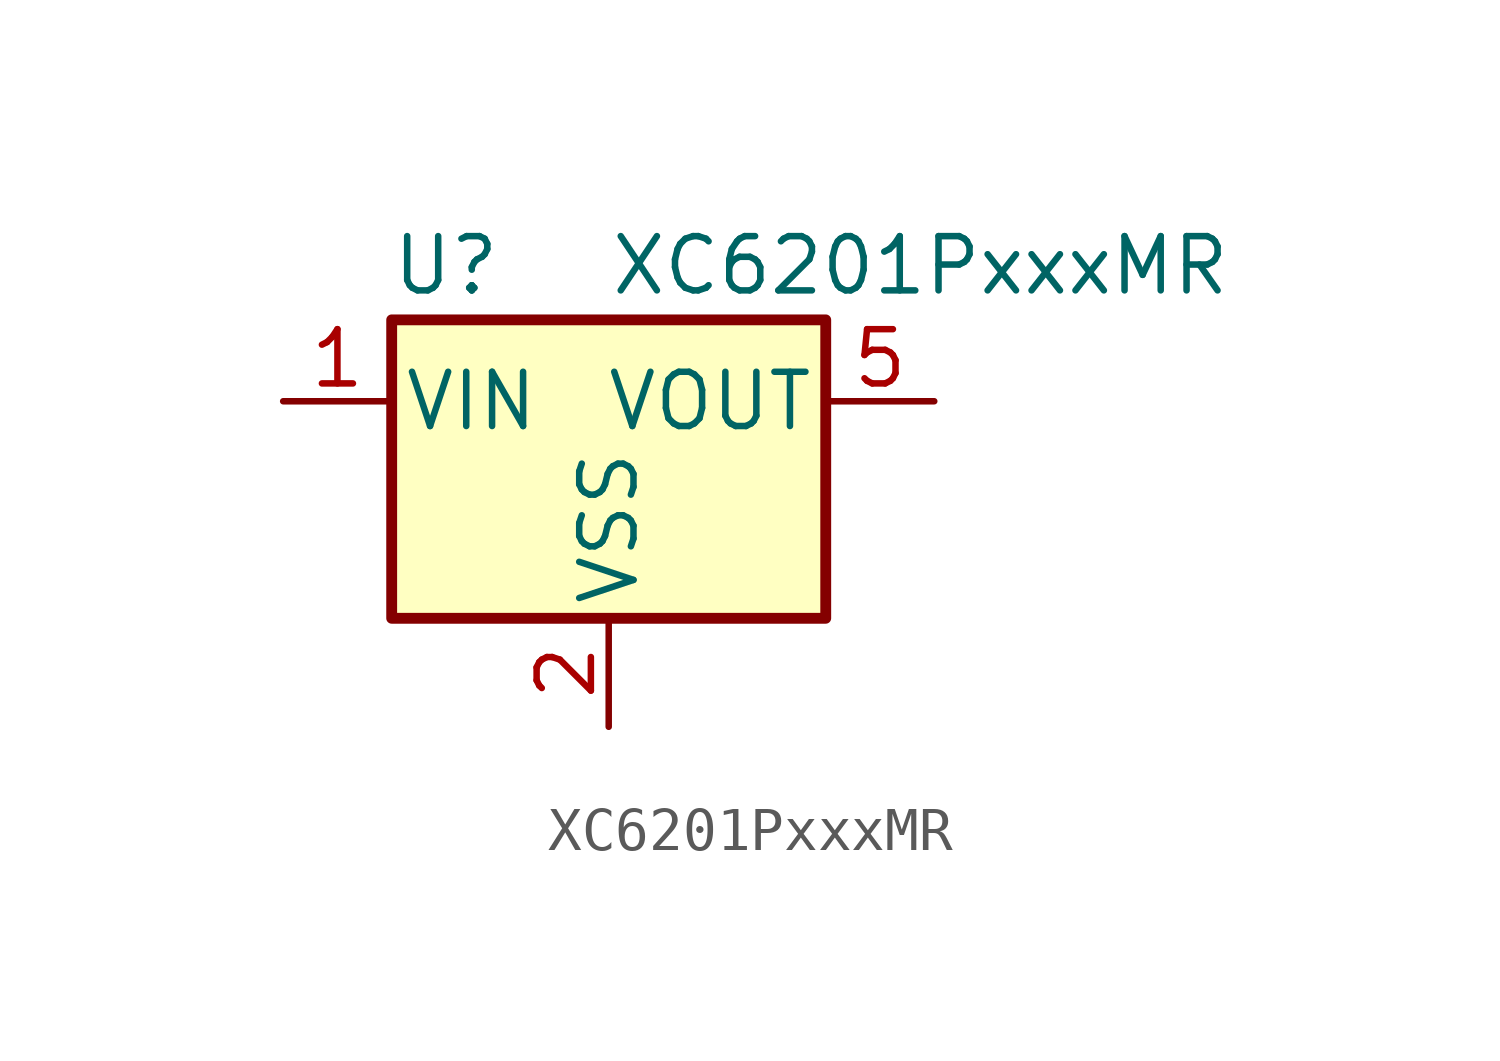
<source format=kicad_sym>
(kicad_symbol_lib
  (version 20211014)
  (generator kicad_symbol_editor)
  (symbol "XC6201PxxxMR"
    (pin_names
      (offset 0.254))
    (property "Reference" "U"
      (at -3.81 3.175 0)
      (effects (font (size 1.27 1.27))))
    (property "Value" "XC6201PxxxMR"
      (at 0 3.175 0)
      (effects (font (size 1.27 1.27)) (justify left)))
    (symbol "XC6201PxxxMR_0_1"
      (rectangle (start -5.08 1.905) (end 5.08 -5.08) (stroke (width 0.254) (type default) (color 0 0 0 0)) (fill (type background))))
    (symbol "XC6201PxxxMR_1_1"
      (pin power_in line (at -7.62 0 0) (length 2.54) (name "VIN" (effects (font (size 1.27 1.27)))) (number "1" (effects (font (size 1.27 1.27)))))
      (pin power_in line (at 0 -7.62 90) (length 2.54) (name "VSS" (effects (font (size 1.27 1.27)))) (number "2" (effects (font (size 1.27 1.27)))))
      (pin no_connect line (at -7.62 -2.54 0) (length 2.54) hide (name "NC" (effects (font (size 1.27 1.27)))) (number "3" (effects (font (size 1.27 1.27)))))
      (pin no_connect line (at 7.62 -2.54 180) (length 2.54) hide (name "NC" (effects (font (size 1.27 1.27)))) (number "4" (effects (font (size 1.27 1.27)))))
      (pin power_out line (at 7.62 0 180) (length 2.54) (name "VOUT" (effects (font (size 1.27 1.27)))) (number "5" (effects (font (size 1.27 1.27))))))))
</source>
